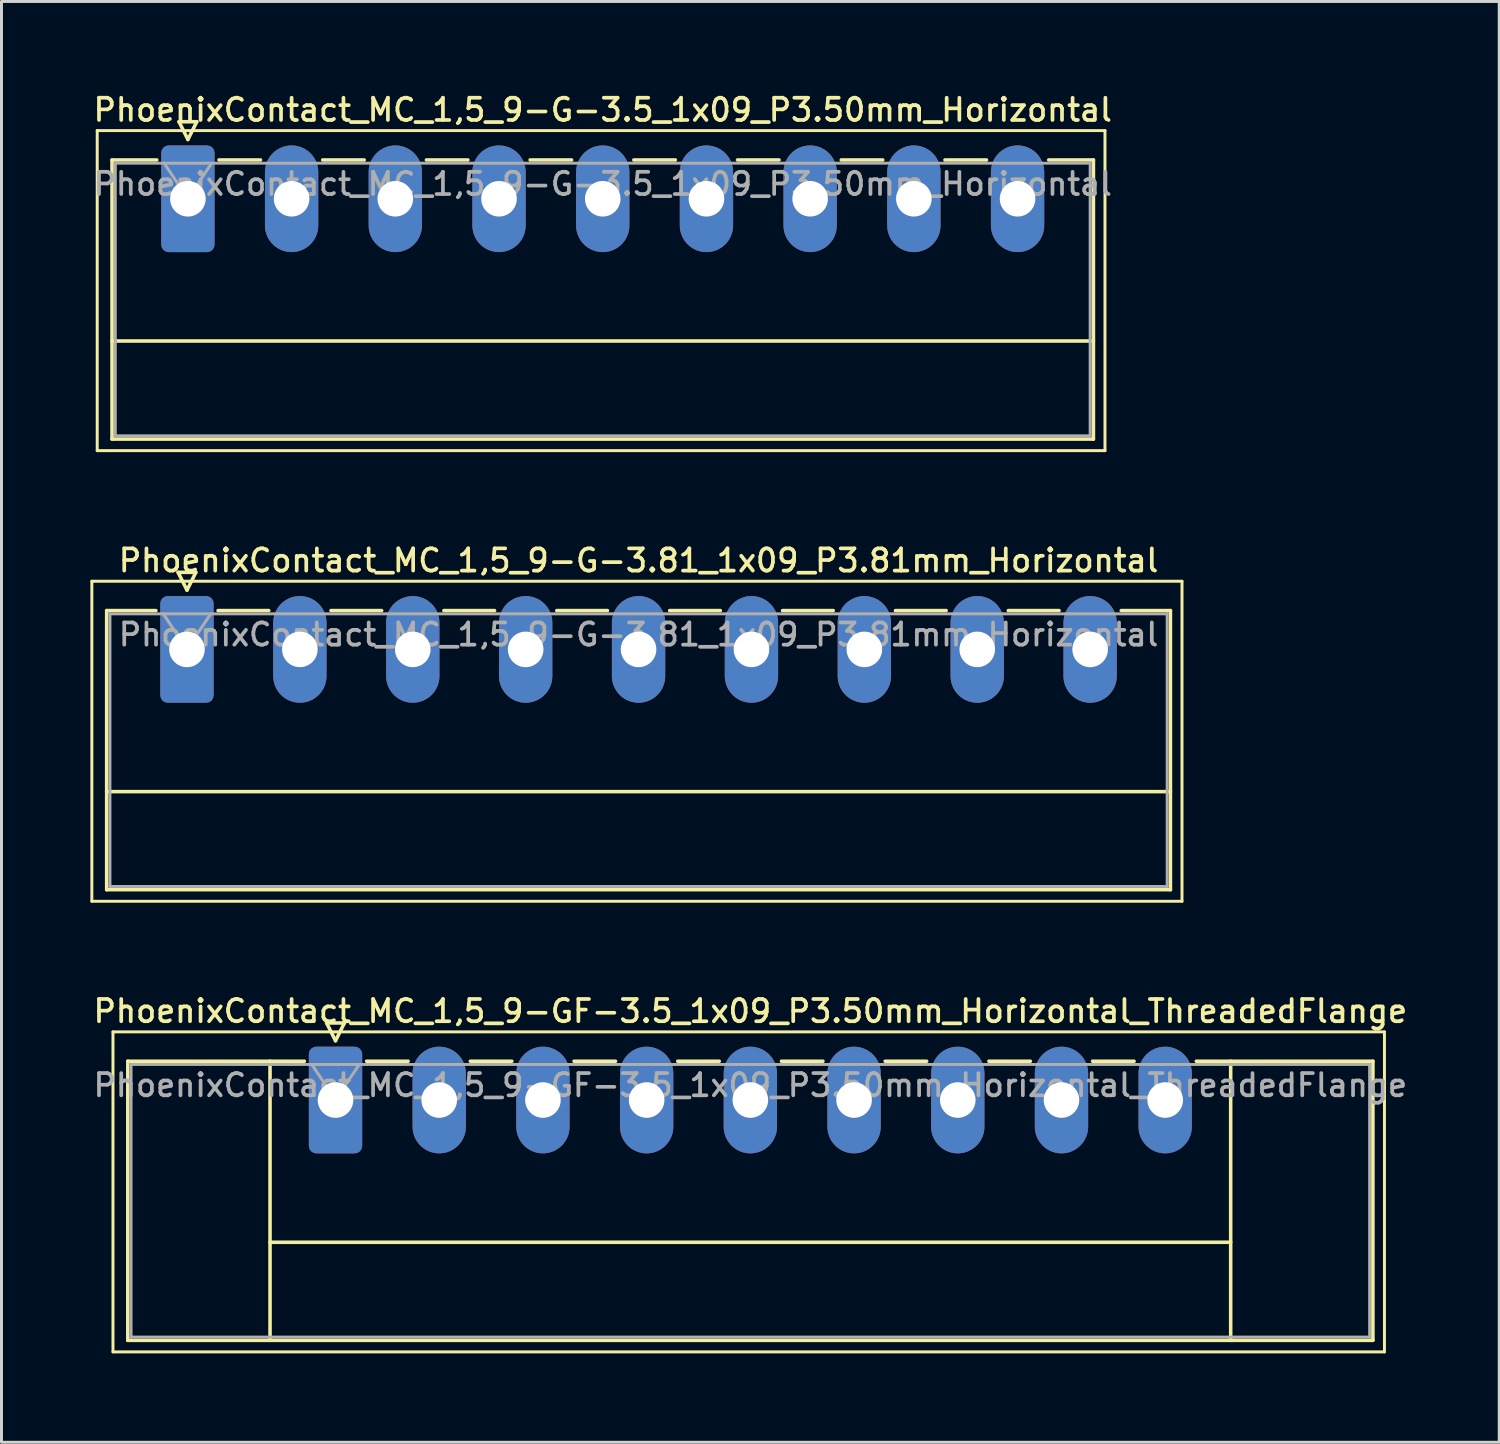
<source format=kicad_pcb>
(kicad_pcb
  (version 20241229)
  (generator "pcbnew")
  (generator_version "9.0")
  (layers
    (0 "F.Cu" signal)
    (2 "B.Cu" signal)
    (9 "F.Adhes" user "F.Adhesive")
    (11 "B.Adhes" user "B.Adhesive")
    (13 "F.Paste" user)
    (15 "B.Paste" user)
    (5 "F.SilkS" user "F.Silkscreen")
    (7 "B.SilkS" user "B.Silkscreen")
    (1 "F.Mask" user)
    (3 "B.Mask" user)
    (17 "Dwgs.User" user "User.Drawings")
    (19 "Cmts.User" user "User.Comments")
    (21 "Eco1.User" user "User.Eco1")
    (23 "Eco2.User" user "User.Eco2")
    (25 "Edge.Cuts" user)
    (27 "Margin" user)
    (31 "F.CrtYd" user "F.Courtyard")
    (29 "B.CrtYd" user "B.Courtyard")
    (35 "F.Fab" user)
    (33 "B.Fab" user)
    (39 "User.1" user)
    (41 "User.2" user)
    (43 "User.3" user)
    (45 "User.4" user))
  (footprint "PhoenixContact_MC_1,5_9-G-3.5_1x09_P3.50mm_Horizontal"
    (layer "F.Cu")
    (at 3.291 3.658)
    (property "Reference" "PhoenixContact_MC_1,5_9-G-3.5_1x09_P3.50mm_Horizontal" (at 14 -3 0) (layer "F.SilkS") (effects (font (size 0.75 0.75) (thickness 0.125))))
    (attr through_hole)
    (fp_line (start -3.06 -2.3) (end -3.06 8.5) (stroke (width 0.1) (type solid)) (layer "F.SilkS"))
    (fp_line (start -3.06 8.5) (end 30.95 8.5) (stroke (width 0.1) (type solid)) (layer "F.SilkS"))
    (fp_line (start -2.56 -1.31) (end -2.56 8.11) (stroke (width 0.12) (type solid)) (layer "F.SilkS"))
    (fp_line (start -2.56 -1.31) (end -1.05 -1.31) (stroke (width 0.12) (type solid)) (layer "F.SilkS"))
    (fp_line (start -2.56 4.8) (end 30.56 4.8) (stroke (width 0.12) (type solid)) (layer "F.SilkS"))
    (fp_line (start -2.56 8.11) (end 30.56 8.11) (stroke (width 0.12) (type solid)) (layer "F.SilkS"))
    (fp_line (start -0.3 -2.6) (end 0.3 -2.6) (stroke (width 0.12) (type solid)) (layer "F.SilkS"))
    (fp_line (start 0 -2) (end -0.3 -2.6) (stroke (width 0.12) (type solid)) (layer "F.SilkS"))
    (fp_line (start 0.3 -2.6) (end 0 -2) (stroke (width 0.12) (type solid)) (layer "F.SilkS"))
    (fp_line (start 1.05 -1.31) (end 2.45 -1.31) (stroke (width 0.12) (type solid)) (layer "F.SilkS"))
    (fp_line (start 4.55 -1.31) (end 5.95 -1.31) (stroke (width 0.12) (type solid)) (layer "F.SilkS"))
    (fp_line (start 8.05 -1.31) (end 9.45 -1.31) (stroke (width 0.12) (type solid)) (layer "F.SilkS"))
    (fp_line (start 11.55 -1.31) (end 12.95 -1.31) (stroke (width 0.12) (type solid)) (layer "F.SilkS"))
    (fp_line (start 15.05 -1.31) (end 16.45 -1.31) (stroke (width 0.12) (type solid)) (layer "F.SilkS"))
    (fp_line (start 18.55 -1.31) (end 19.95 -1.31) (stroke (width 0.12) (type solid)) (layer "F.SilkS"))
    (fp_line (start 22.05 -1.31) (end 23.45 -1.31) (stroke (width 0.12) (type solid)) (layer "F.SilkS"))
    (fp_line (start 25.55 -1.31) (end 26.95 -1.31) (stroke (width 0.12) (type solid)) (layer "F.SilkS"))
    (fp_line (start 30.56 -1.31) (end 29.05 -1.31) (stroke (width 0.12) (type solid)) (layer "F.SilkS"))
    (fp_line (start 30.56 8.11) (end 30.56 -1.31) (stroke (width 0.12) (type solid)) (layer "F.SilkS"))
    (fp_line (start 30.95 -2.3) (end -3.06 -2.3) (stroke (width 0.1) (type solid)) (layer "F.SilkS"))
    (fp_line (start 30.95 8.5) (end 30.95 -2.3) (stroke (width 0.1) (type solid)) (layer "F.SilkS"))
    (fp_line (start -2.45 -1.2) (end -2.45 8) (stroke (width 0.1) (type solid)) (layer "F.Fab"))
    (fp_line (start -2.45 8) (end 30.45 8) (stroke (width 0.1) (type solid)) (layer "F.Fab"))
    (fp_line (start 0 0) (end -0.8 -1.2) (stroke (width 0.1) (type solid)) (layer "F.Fab"))
    (fp_line (start 0.8 -1.2) (end 0 0) (stroke (width 0.1) (type solid)) (layer "F.Fab"))
    (fp_line (start 30.45 -1.2) (end -2.45 -1.2) (stroke (width 0.1) (type solid)) (layer "F.Fab"))
    (fp_line (start 30.45 8) (end 30.45 -1.2) (stroke (width 0.1) (type solid)) (layer "F.Fab"))
    (fp_text user "${REFERENCE}" (at 14 -0.5 0) (layer "F.Fab") (effects (font (size 0.75 0.75) (thickness 0.125))))
    (pad "1" thru_hole roundrect (at 0 0) (size 1.8 3.6) (drill 1.2) (layers "*.Cu" "*.Mask") (roundrect_rratio 0.139))
    (pad "2" thru_hole oval (at 3.5 0) (size 1.8 3.6) (drill 1.2) (layers "*.Cu" "*.Mask"))
    (pad "3" thru_hole oval (at 7 0) (size 1.8 3.6) (drill 1.2) (layers "*.Cu" "*.Mask"))
    (pad "4" thru_hole oval (at 10.5 0) (size 1.8 3.6) (drill 1.2) (layers "*.Cu" "*.Mask"))
    (pad "5" thru_hole oval (at 14 0) (size 1.8 3.6) (drill 1.2) (layers "*.Cu" "*.Mask"))
    (pad "6" thru_hole oval (at 17.5 0) (size 1.8 3.6) (drill 1.2) (layers "*.Cu" "*.Mask"))
    (pad "7" thru_hole oval (at 21 0) (size 1.8 3.6) (drill 1.2) (layers "*.Cu" "*.Mask"))
    (pad "8" thru_hole oval (at 24.5 0) (size 1.8 3.6) (drill 1.2) (layers "*.Cu" "*.Mask"))
    (pad "9" thru_hole oval (at 28 0) (size 1.8 3.6) (drill 1.2) (layers "*.Cu" "*.Mask")))
  (footprint "PhoenixContact_MC_1,5_9-GF-3.5_1x09_P3.50mm_Horizontal_ThreadedFlange"
    (layer "F.Cu")
    (at 8.273 34.074)
    (property "Reference" "PhoenixContact_MC_1,5_9-GF-3.5_1x09_P3.50mm_Horizontal_ThreadedFlange" (at 14 -3 0) (layer "F.SilkS") (effects (font (size 0.75 0.75) (thickness 0.125))))
    (attr through_hole)
    (fp_line (start -7.51 -2.3) (end -7.51 8.5) (stroke (width 0.1) (type solid)) (layer "F.SilkS"))
    (fp_line (start -7.51 8.5) (end 35.4 8.5) (stroke (width 0.1) (type solid)) (layer "F.SilkS"))
    (fp_line (start -7.01 -1.31) (end -7.01 8.11) (stroke (width 0.12) (type solid)) (layer "F.SilkS"))
    (fp_line (start -7.01 -1.31) (end -1.05 -1.31) (stroke (width 0.12) (type solid)) (layer "F.SilkS"))
    (fp_line (start -7.01 8.11) (end 35.01 8.11) (stroke (width 0.12) (type solid)) (layer "F.SilkS"))
    (fp_line (start -2.21 -1.31) (end -2.21 8.11) (stroke (width 0.12) (type solid)) (layer "F.SilkS"))
    (fp_line (start -2.21 4.8) (end 30.21 4.8) (stroke (width 0.12) (type solid)) (layer "F.SilkS"))
    (fp_line (start -0.3 -2.6) (end 0.3 -2.6) (stroke (width 0.12) (type solid)) (layer "F.SilkS"))
    (fp_line (start 0 -2) (end -0.3 -2.6) (stroke (width 0.12) (type solid)) (layer "F.SilkS"))
    (fp_line (start 0.3 -2.6) (end 0 -2) (stroke (width 0.12) (type solid)) (layer "F.SilkS"))
    (fp_line (start 1.05 -1.31) (end 2.45 -1.31) (stroke (width 0.12) (type solid)) (layer "F.SilkS"))
    (fp_line (start 4.55 -1.31) (end 5.95 -1.31) (stroke (width 0.12) (type solid)) (layer "F.SilkS"))
    (fp_line (start 8.05 -1.31) (end 9.45 -1.31) (stroke (width 0.12) (type solid)) (layer "F.SilkS"))
    (fp_line (start 11.55 -1.31) (end 12.95 -1.31) (stroke (width 0.12) (type solid)) (layer "F.SilkS"))
    (fp_line (start 15.05 -1.31) (end 16.45 -1.31) (stroke (width 0.12) (type solid)) (layer "F.SilkS"))
    (fp_line (start 18.55 -1.31) (end 19.95 -1.31) (stroke (width 0.12) (type solid)) (layer "F.SilkS"))
    (fp_line (start 22.05 -1.31) (end 23.45 -1.31) (stroke (width 0.12) (type solid)) (layer "F.SilkS"))
    (fp_line (start 25.55 -1.31) (end 26.95 -1.31) (stroke (width 0.12) (type solid)) (layer "F.SilkS"))
    (fp_line (start 30.21 -1.31) (end 30.21 8.11) (stroke (width 0.12) (type solid)) (layer "F.SilkS"))
    (fp_line (start 35.01 -1.31) (end 29.05 -1.31) (stroke (width 0.12) (type solid)) (layer "F.SilkS"))
    (fp_line (start 35.01 8.11) (end 35.01 -1.31) (stroke (width 0.12) (type solid)) (layer "F.SilkS"))
    (fp_line (start 35.4 -2.3) (end -7.51 -2.3) (stroke (width 0.1) (type solid)) (layer "F.SilkS"))
    (fp_line (start 35.4 8.5) (end 35.4 -2.3) (stroke (width 0.1) (type solid)) (layer "F.SilkS"))
    (fp_line (start -6.9 -1.2) (end -6.9 8) (stroke (width 0.1) (type solid)) (layer "F.Fab"))
    (fp_line (start -6.9 8) (end 34.9 8) (stroke (width 0.1) (type solid)) (layer "F.Fab"))
    (fp_line (start 0 0) (end -0.8 -1.2) (stroke (width 0.1) (type solid)) (layer "F.Fab"))
    (fp_line (start 0.8 -1.2) (end 0 0) (stroke (width 0.1) (type solid)) (layer "F.Fab"))
    (fp_line (start 34.9 -1.2) (end -6.9 -1.2) (stroke (width 0.1) (type solid)) (layer "F.Fab"))
    (fp_line (start 34.9 8) (end 34.9 -1.2) (stroke (width 0.1) (type solid)) (layer "F.Fab"))
    (fp_text user "${REFERENCE}" (at 14 -0.5 0) (layer "F.Fab") (effects (font (size 0.75 0.75) (thickness 0.125))))
    (pad "1" thru_hole roundrect (at 0 0) (size 1.8 3.6) (drill 1.2) (layers "*.Cu" "*.Mask") (roundrect_rratio 0.139))
    (pad "2" thru_hole oval (at 3.5 0) (size 1.8 3.6) (drill 1.2) (layers "*.Cu" "*.Mask"))
    (pad "3" thru_hole oval (at 7 0) (size 1.8 3.6) (drill 1.2) (layers "*.Cu" "*.Mask"))
    (pad "4" thru_hole oval (at 10.5 0) (size 1.8 3.6) (drill 1.2) (layers "*.Cu" "*.Mask"))
    (pad "5" thru_hole oval (at 14 0) (size 1.8 3.6) (drill 1.2) (layers "*.Cu" "*.Mask"))
    (pad "6" thru_hole oval (at 17.5 0) (size 1.8 3.6) (drill 1.2) (layers "*.Cu" "*.Mask"))
    (pad "7" thru_hole oval (at 21 0) (size 1.8 3.6) (drill 1.2) (layers "*.Cu" "*.Mask"))
    (pad "8" thru_hole oval (at 24.5 0) (size 1.8 3.6) (drill 1.2) (layers "*.Cu" "*.Mask"))
    (pad "9" thru_hole oval (at 28 0) (size 1.8 3.6) (drill 1.2) (layers "*.Cu" "*.Mask")))
  (footprint "PhoenixContact_MC_1,5_9-G-3.81_1x09_P3.81mm_Horizontal"
    (layer "F.Cu")
    (at 3.26 18.866)
    (property "Reference" "PhoenixContact_MC_1,5_9-G-3.81_1x09_P3.81mm_Horizontal" (at 15.24 -3 0) (layer "F.SilkS") (effects (font (size 0.75 0.75) (thickness 0.125))))
    (attr through_hole)
    (fp_line (start -3.21 -2.3) (end -3.21 8.5) (stroke (width 0.1) (type solid)) (layer "F.SilkS"))
    (fp_line (start -3.21 8.5) (end 33.58 8.5) (stroke (width 0.1) (type solid)) (layer "F.SilkS"))
    (fp_line (start -2.71 -1.31) (end -2.71 8.11) (stroke (width 0.12) (type solid)) (layer "F.SilkS"))
    (fp_line (start -2.71 -1.31) (end -1.05 -1.31) (stroke (width 0.12) (type solid)) (layer "F.SilkS"))
    (fp_line (start -2.71 4.8) (end 33.19 4.8) (stroke (width 0.12) (type solid)) (layer "F.SilkS"))
    (fp_line (start -2.71 8.11) (end 33.19 8.11) (stroke (width 0.12) (type solid)) (layer "F.SilkS"))
    (fp_line (start -0.3 -2.6) (end 0.3 -2.6) (stroke (width 0.12) (type solid)) (layer "F.SilkS"))
    (fp_line (start 0 -2) (end -0.3 -2.6) (stroke (width 0.12) (type solid)) (layer "F.SilkS"))
    (fp_line (start 0.3 -2.6) (end 0 -2) (stroke (width 0.12) (type solid)) (layer "F.SilkS"))
    (fp_line (start 1.05 -1.31) (end 2.76 -1.31) (stroke (width 0.12) (type solid)) (layer "F.SilkS"))
    (fp_line (start 4.86 -1.31) (end 6.57 -1.31) (stroke (width 0.12) (type solid)) (layer "F.SilkS"))
    (fp_line (start 8.67 -1.31) (end 10.38 -1.31) (stroke (width 0.12) (type solid)) (layer "F.SilkS"))
    (fp_line (start 12.48 -1.31) (end 14.19 -1.31) (stroke (width 0.12) (type solid)) (layer "F.SilkS"))
    (fp_line (start 16.29 -1.31) (end 18 -1.31) (stroke (width 0.12) (type solid)) (layer "F.SilkS"))
    (fp_line (start 20.1 -1.31) (end 21.81 -1.31) (stroke (width 0.12) (type solid)) (layer "F.SilkS"))
    (fp_line (start 23.91 -1.31) (end 25.62 -1.31) (stroke (width 0.12) (type solid)) (layer "F.SilkS"))
    (fp_line (start 27.72 -1.31) (end 29.43 -1.31) (stroke (width 0.12) (type solid)) (layer "F.SilkS"))
    (fp_line (start 33.19 -1.31) (end 31.53 -1.31) (stroke (width 0.12) (type solid)) (layer "F.SilkS"))
    (fp_line (start 33.19 8.11) (end 33.19 -1.31) (stroke (width 0.12) (type solid)) (layer "F.SilkS"))
    (fp_line (start 33.58 -2.3) (end -3.21 -2.3) (stroke (width 0.1) (type solid)) (layer "F.SilkS"))
    (fp_line (start 33.58 8.5) (end 33.58 -2.3) (stroke (width 0.1) (type solid)) (layer "F.SilkS"))
    (fp_line (start -2.6 -1.2) (end -2.6 8) (stroke (width 0.1) (type solid)) (layer "F.Fab"))
    (fp_line (start -2.6 8) (end 33.08 8) (stroke (width 0.1) (type solid)) (layer "F.Fab"))
    (fp_line (start 0 0) (end -0.8 -1.2) (stroke (width 0.1) (type solid)) (layer "F.Fab"))
    (fp_line (start 0.8 -1.2) (end 0 0) (stroke (width 0.1) (type solid)) (layer "F.Fab"))
    (fp_line (start 33.08 -1.2) (end -2.6 -1.2) (stroke (width 0.1) (type solid)) (layer "F.Fab"))
    (fp_line (start 33.08 8) (end 33.08 -1.2) (stroke (width 0.1) (type solid)) (layer "F.Fab"))
    (fp_text user "${REFERENCE}" (at 15.24 -0.5 0) (layer "F.Fab") (effects (font (size 0.75 0.75) (thickness 0.125))))
    (pad "1" thru_hole roundrect (at 0 0) (size 1.8 3.6) (drill 1.2) (layers "*.Cu" "*.Mask") (roundrect_rratio 0.139))
    (pad "2" thru_hole oval (at 3.81 0) (size 1.8 3.6) (drill 1.2) (layers "*.Cu" "*.Mask"))
    (pad "3" thru_hole oval (at 7.62 0) (size 1.8 3.6) (drill 1.2) (layers "*.Cu" "*.Mask"))
    (pad "4" thru_hole oval (at 11.43 0) (size 1.8 3.6) (drill 1.2) (layers "*.Cu" "*.Mask"))
    (pad "5" thru_hole oval (at 15.24 0) (size 1.8 3.6) (drill 1.2) (layers "*.Cu" "*.Mask"))
    (pad "6" thru_hole oval (at 19.05 0) (size 1.8 3.6) (drill 1.2) (layers "*.Cu" "*.Mask"))
    (pad "7" thru_hole oval (at 22.86 0) (size 1.8 3.6) (drill 1.2) (layers "*.Cu" "*.Mask"))
    (pad "8" thru_hole oval (at 26.67 0) (size 1.8 3.6) (drill 1.2) (layers "*.Cu" "*.Mask"))
    (pad "9" thru_hole oval (at 30.48 0) (size 1.8 3.6) (drill 1.2) (layers "*.Cu" "*.Mask")))
  (gr_rect
    (start -3 -3)
    (end 47.546 45.624)
    (stroke (width 0.1) (type default))
    (fill no)
    (layer "Edge.Cuts")))
</source>
